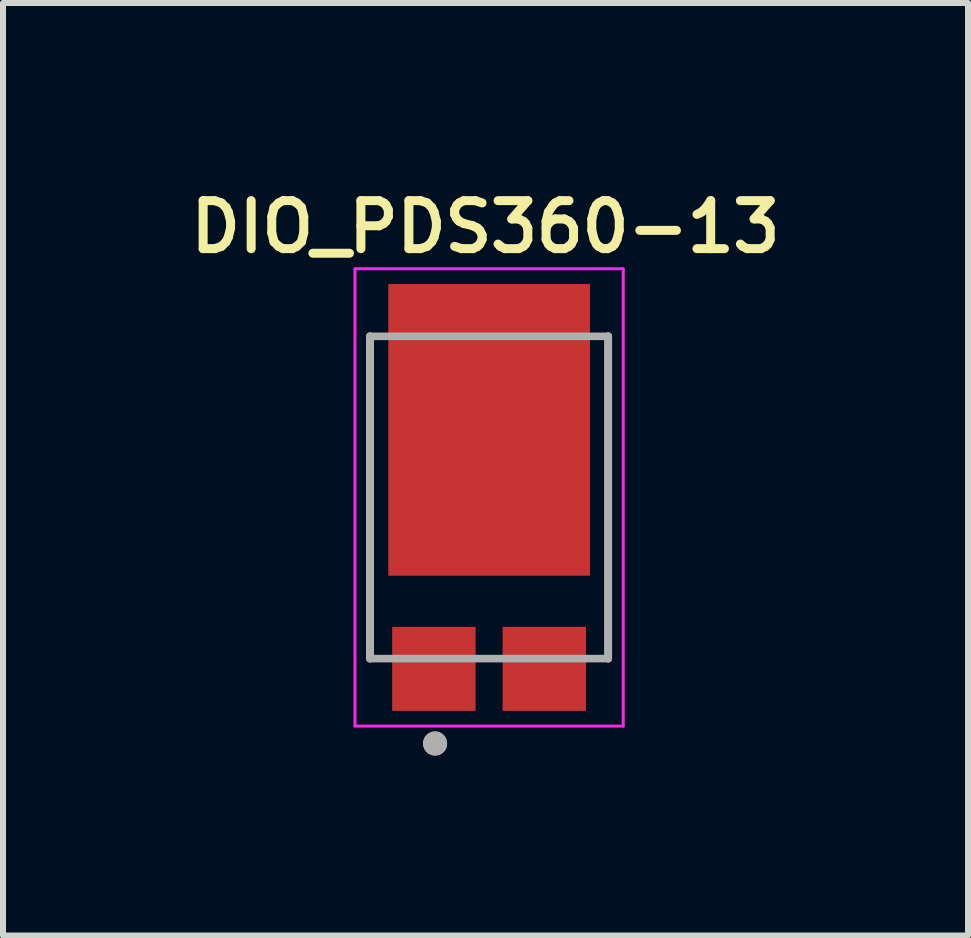
<source format=kicad_pcb>
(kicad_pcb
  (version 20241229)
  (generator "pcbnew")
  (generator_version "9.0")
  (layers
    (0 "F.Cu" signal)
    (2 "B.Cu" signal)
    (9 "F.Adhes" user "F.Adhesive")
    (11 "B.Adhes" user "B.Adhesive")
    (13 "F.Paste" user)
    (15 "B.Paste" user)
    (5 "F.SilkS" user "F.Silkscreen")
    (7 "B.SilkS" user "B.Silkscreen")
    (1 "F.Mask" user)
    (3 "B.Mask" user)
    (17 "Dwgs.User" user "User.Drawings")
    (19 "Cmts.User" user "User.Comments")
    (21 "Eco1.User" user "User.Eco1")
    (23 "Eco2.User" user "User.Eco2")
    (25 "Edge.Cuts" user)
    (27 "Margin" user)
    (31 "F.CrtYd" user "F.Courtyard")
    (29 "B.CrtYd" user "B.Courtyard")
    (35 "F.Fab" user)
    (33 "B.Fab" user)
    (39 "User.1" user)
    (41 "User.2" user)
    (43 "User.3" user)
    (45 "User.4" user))
  (footprint "DIO_PDS360-13"
    (layer "F.Cu")
    (at 5.1 5.239)
    (property "Reference" "DIO_PDS360-13" (at -0.06 -4.508 0) (layer "F.SilkS") (effects (font (size 0.8 0.8) (thickness 0.15))))
    (attr through_hole)
    (fp_line (start -1.985 2.685) (end -1.985 -2.685) (stroke (width 0.127) (type solid)) (layer "F.SilkS"))
    (fp_line (start 1.985 -2.685) (end 1.985 2.685) (stroke (width 0.127) (type solid)) (layer "F.SilkS"))
    (fp_circle (center -0.9 4.1) (end -0.8 4.1) (stroke (width 0.2) (type solid)) (fill no) (layer "F.SilkS"))
    (fp_poly (pts (xy -1.06 -2.666) (xy 1.06 -2.666) (xy 1.06 0.414) (xy -1.06 0.414)) (stroke (width 0.01) (type solid)) (fill yes) (layer "F.Paste"))
    (fp_line (start -2.235 -3.81) (end 2.235 -3.81) (stroke (width 0.05) (type solid)) (layer "F.CrtYd"))
    (fp_line (start -2.235 3.81) (end -2.235 -3.81) (stroke (width 0.05) (type solid)) (layer "F.CrtYd"))
    (fp_line (start 2.235 -3.81) (end 2.235 3.81) (stroke (width 0.05) (type solid)) (layer "F.CrtYd"))
    (fp_line (start 2.235 3.81) (end -2.235 3.81) (stroke (width 0.05) (type solid)) (layer "F.CrtYd"))
    (fp_line (start -1.985 -2.685) (end 1.985 -2.685) (stroke (width 0.127) (type solid)) (layer "F.Fab"))
    (fp_line (start -1.985 2.685) (end -1.985 -2.685) (stroke (width 0.127) (type solid)) (layer "F.Fab"))
    (fp_line (start 1.985 -2.685) (end 1.985 2.685) (stroke (width 0.127) (type solid)) (layer "F.Fab"))
    (fp_line (start 1.985 2.685) (end -1.985 2.685) (stroke (width 0.127) (type solid)) (layer "F.Fab"))
    (fp_circle (center -0.9 4.1) (end -0.8 4.1) (stroke (width 0.2) (type solid)) (fill no) (layer "F.Fab"))
    (pad "1" smd rect (at -0.92 2.856) (size 1.39 1.4) (layers "F.Cu" "F.Mask" "F.Paste"))
    (pad "2" smd rect (at 0.92 2.856) (size 1.39 1.4) (layers "F.Cu" "F.Mask" "F.Paste"))
    (pad "3" smd rect (at 0 -1.126) (size 3.36 4.86) (layers "F.Cu" "F.Mask")))
  (gr_rect
    (start -3 -3)
    (end 13.08 12.539)
    (stroke (width 0.1) (type default))
    (fill no)
    (layer "Edge.Cuts")))
</source>
